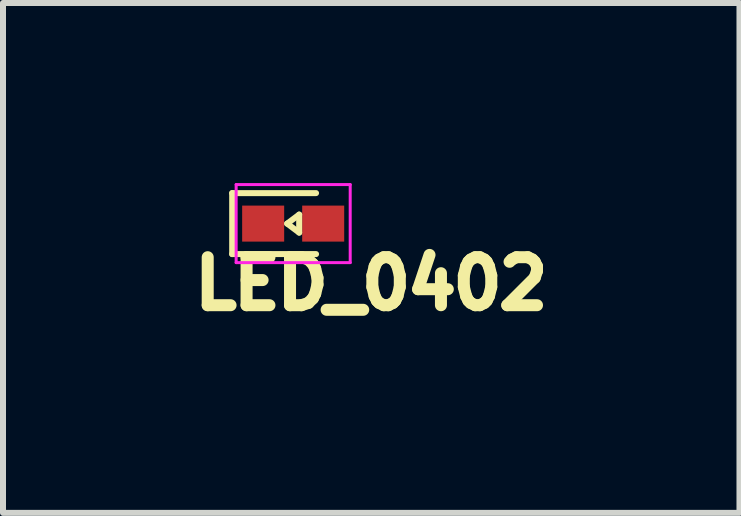
<source format=kicad_pcb>
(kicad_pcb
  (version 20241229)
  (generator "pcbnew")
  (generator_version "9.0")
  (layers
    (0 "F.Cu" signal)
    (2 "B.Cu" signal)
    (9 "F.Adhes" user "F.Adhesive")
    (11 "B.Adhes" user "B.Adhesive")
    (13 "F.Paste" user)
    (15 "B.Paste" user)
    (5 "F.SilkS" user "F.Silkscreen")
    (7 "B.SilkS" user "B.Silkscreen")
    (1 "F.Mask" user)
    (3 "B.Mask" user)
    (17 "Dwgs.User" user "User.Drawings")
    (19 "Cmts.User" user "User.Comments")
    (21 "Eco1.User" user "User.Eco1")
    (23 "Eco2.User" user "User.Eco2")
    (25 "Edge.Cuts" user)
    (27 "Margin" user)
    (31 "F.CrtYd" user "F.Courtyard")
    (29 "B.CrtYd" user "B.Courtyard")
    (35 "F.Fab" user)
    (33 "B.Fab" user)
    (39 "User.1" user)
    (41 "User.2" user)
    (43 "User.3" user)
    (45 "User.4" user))
  (footprint "LED_0402"
    (layer "F.Cu")
    (at 1.834 0.675)
    (property "Reference" "LED_0402" (at 1.3 1 0) (layer "F.SilkS") (effects (font (size 0.8 0.8) (thickness 0.2))))
    (attr smd)
    (fp_line (start -1.016 -0.508) (end 0.381 -0.508) (stroke (width 0.1) (type solid)) (layer "F.SilkS"))
    (fp_line (start -1.016 0.508) (end -1.016 -0.508) (stroke (width 0.1) (type solid)) (layer "F.SilkS"))
    (fp_line (start -0.1 0) (end 0.1 -0.15) (stroke (width 0.1) (type solid)) (layer "F.SilkS"))
    (fp_line (start -0.1 0) (end 0.1 0.15) (stroke (width 0.1) (type solid)) (layer "F.SilkS"))
    (fp_line (start 0.1 0.15) (end 0.1 -0.15) (stroke (width 0.1) (type solid)) (layer "F.SilkS"))
    (fp_line (start 0.381 0.508) (end -1.016 0.508) (stroke (width 0.1) (type solid)) (layer "F.SilkS"))
    (fp_line (start -0.95 -0.65) (end -0.95 0.65) (stroke (width 0.05) (type solid)) (layer "F.CrtYd"))
    (fp_line (start -0.95 -0.65) (end 0.95 -0.65) (stroke (width 0.05) (type solid)) (layer "F.CrtYd"))
    (fp_line (start -0.95 0.65) (end 0.95 0.65) (stroke (width 0.05) (type solid)) (layer "F.CrtYd"))
    (fp_line (start 0.95 -0.65) (end 0.95 0.65) (stroke (width 0.05) (type solid)) (layer "F.CrtYd"))
    (pad "1" smd rect (at -0.5 0) (size 0.7 0.6) (layers "F.Cu" "F.Mask" "F.Paste"))
    (pad "2" smd rect (at 0.5 0) (size 0.7 0.6) (layers "F.Cu" "F.Mask" "F.Paste")))
  (gr_rect
    (start -3 -3)
    (end 9.269 5.494)
    (stroke (width 0.1) (type default))
    (fill no)
    (layer "Edge.Cuts")))
</source>
